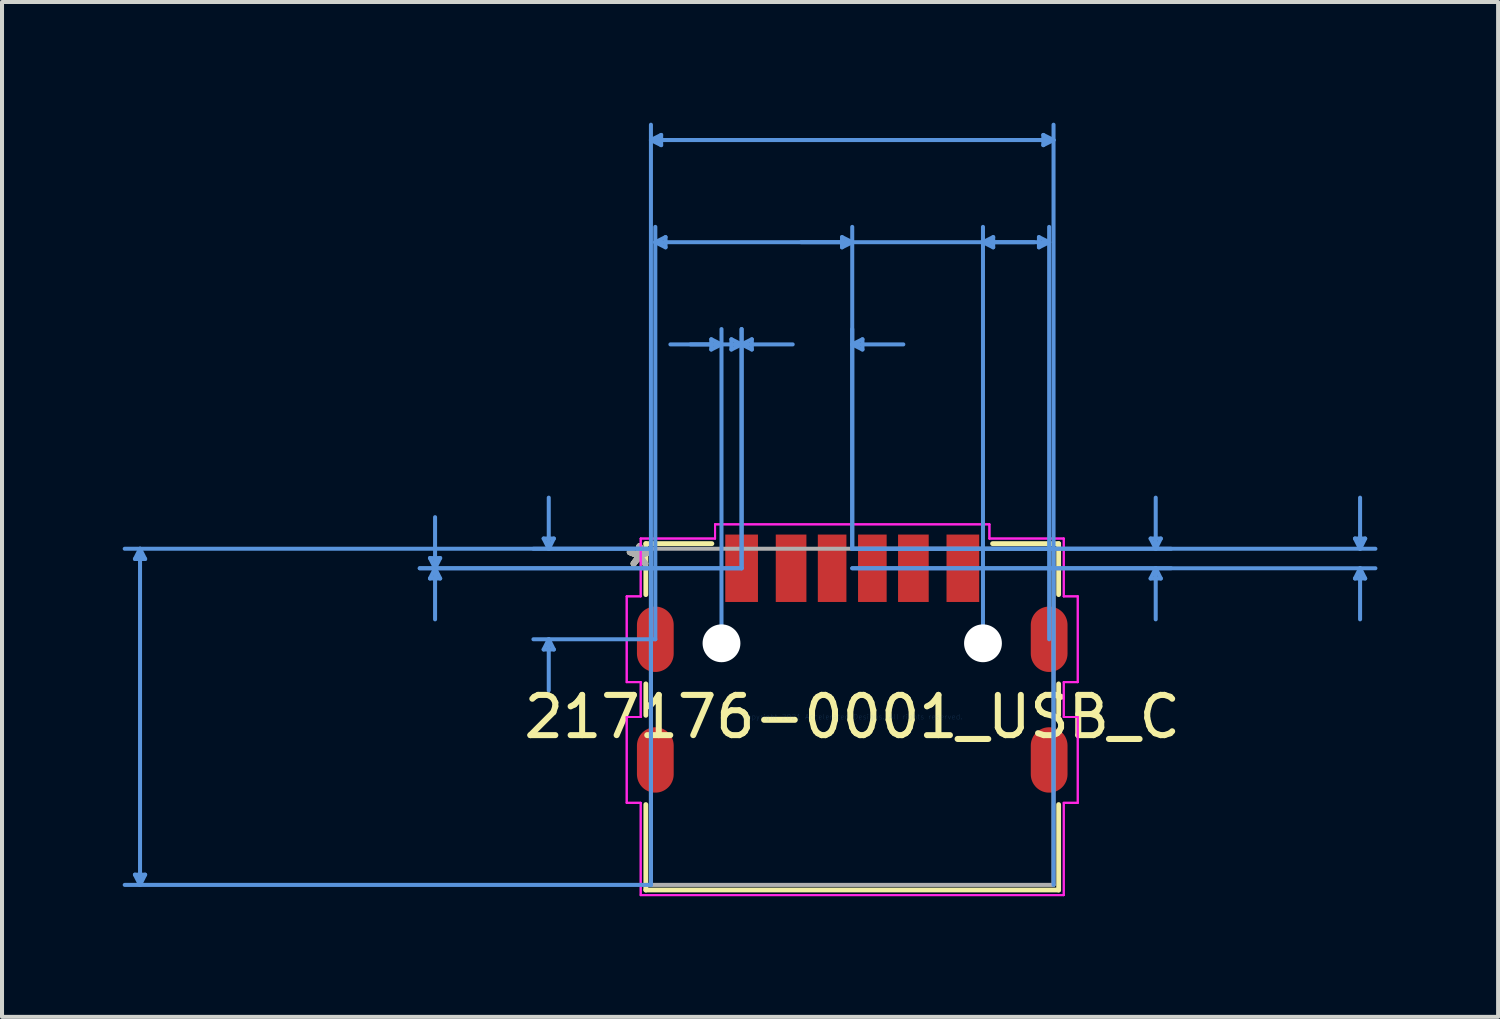
<source format=kicad_pcb>
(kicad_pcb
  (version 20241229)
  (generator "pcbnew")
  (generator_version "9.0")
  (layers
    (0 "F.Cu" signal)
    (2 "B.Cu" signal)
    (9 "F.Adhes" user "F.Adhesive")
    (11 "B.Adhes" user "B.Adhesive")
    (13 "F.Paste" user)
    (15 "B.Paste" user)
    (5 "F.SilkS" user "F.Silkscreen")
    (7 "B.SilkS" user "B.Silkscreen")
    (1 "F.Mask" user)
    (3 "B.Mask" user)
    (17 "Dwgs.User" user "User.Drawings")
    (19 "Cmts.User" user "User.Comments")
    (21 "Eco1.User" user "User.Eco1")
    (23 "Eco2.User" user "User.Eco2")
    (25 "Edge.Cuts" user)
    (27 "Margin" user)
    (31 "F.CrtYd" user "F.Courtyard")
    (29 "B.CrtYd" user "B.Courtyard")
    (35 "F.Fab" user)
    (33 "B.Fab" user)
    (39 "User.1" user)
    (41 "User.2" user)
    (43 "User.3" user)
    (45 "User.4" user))
  (footprint "217176-0001_USB_C"
    (layer "F.Cu")
    (at 18.135 14.769)
    (property "Reference" "217176-0001_USB_C" (at 0 0 0) (layer "F.SilkS") (effects (font (size 1 1) (thickness 0.15))))
    (attr through_hole)
    (fp_line (start -5.131 -4.305) (end -5.131 -3.038) (stroke (width 0.12) (type solid)) (layer "F.SilkS"))
    (fp_line (start -5.131 -0.819) (end -5.131 -0.038) (stroke (width 0.12) (type solid)) (layer "F.SilkS"))
    (fp_line (start -5.131 2.181) (end -5.131 4.305) (stroke (width 0.12) (type solid)) (layer "F.SilkS"))
    (fp_line (start -5.131 4.305) (end 5.131 4.305) (stroke (width 0.12) (type solid)) (layer "F.SilkS"))
    (fp_line (start -3.489 -4.305) (end -5.131 -4.305) (stroke (width 0.12) (type solid)) (layer "F.SilkS"))
    (fp_line (start 5.131 -4.305) (end 3.489 -4.305) (stroke (width 0.12) (type solid)) (layer "F.SilkS"))
    (fp_line (start 5.131 -3.038) (end 5.131 -4.305) (stroke (width 0.12) (type solid)) (layer "F.SilkS"))
    (fp_line (start 5.131 -0.038) (end 5.131 -0.819) (stroke (width 0.12) (type solid)) (layer "F.SilkS"))
    (fp_line (start 5.131 4.305) (end 5.131 2.181) (stroke (width 0.12) (type solid)) (layer "F.SilkS"))
    (fp_line (start -17.831 -3.924) (end -17.577 -3.924) (stroke (width 0.1) (type solid)) (layer "Cmts.User"))
    (fp_line (start -17.831 3.924) (end -17.577 3.924) (stroke (width 0.1) (type solid)) (layer "Cmts.User"))
    (fp_line (start -17.704 -4.178) (end -17.831 -3.924) (stroke (width 0.1) (type solid)) (layer "Cmts.User"))
    (fp_line (start -17.704 -4.178) (end -17.704 4.178) (stroke (width 0.1) (type solid)) (layer "Cmts.User"))
    (fp_line (start -17.704 -4.178) (end -17.577 -3.924) (stroke (width 0.1) (type solid)) (layer "Cmts.User"))
    (fp_line (start -17.704 4.178) (end -17.831 3.924) (stroke (width 0.1) (type solid)) (layer "Cmts.User"))
    (fp_line (start -17.704 4.178) (end -17.577 3.924) (stroke (width 0.1) (type solid)) (layer "Cmts.User"))
    (fp_line (start -10.497 -3.947) (end -10.243 -3.947) (stroke (width 0.1) (type solid)) (layer "Cmts.User"))
    (fp_line (start -10.497 -3.439) (end -10.243 -3.439) (stroke (width 0.1) (type solid)) (layer "Cmts.User"))
    (fp_line (start -10.37 -3.693) (end -10.497 -3.947) (stroke (width 0.1) (type solid)) (layer "Cmts.User"))
    (fp_line (start -10.37 -3.693) (end -10.497 -3.439) (stroke (width 0.1) (type solid)) (layer "Cmts.User"))
    (fp_line (start -10.37 -3.693) (end -10.37 -4.963) (stroke (width 0.1) (type solid)) (layer "Cmts.User"))
    (fp_line (start -10.37 -3.693) (end -10.37 -2.423) (stroke (width 0.1) (type solid)) (layer "Cmts.User"))
    (fp_line (start -10.37 -3.693) (end -10.243 -3.947) (stroke (width 0.1) (type solid)) (layer "Cmts.User"))
    (fp_line (start -10.37 -3.693) (end -10.243 -3.439) (stroke (width 0.1) (type solid)) (layer "Cmts.User"))
    (fp_line (start -7.671 -4.432) (end -7.417 -4.432) (stroke (width 0.1) (type solid)) (layer "Cmts.User"))
    (fp_line (start -7.671 -1.674) (end -7.417 -1.674) (stroke (width 0.1) (type solid)) (layer "Cmts.User"))
    (fp_line (start -7.544 -4.178) (end -7.671 -4.432) (stroke (width 0.1) (type solid)) (layer "Cmts.User"))
    (fp_line (start -7.544 -4.178) (end -7.544 -5.448) (stroke (width 0.1) (type solid)) (layer "Cmts.User"))
    (fp_line (start -7.544 -4.178) (end -7.417 -4.432) (stroke (width 0.1) (type solid)) (layer "Cmts.User"))
    (fp_line (start -7.544 -1.928) (end -7.671 -1.674) (stroke (width 0.1) (type solid)) (layer "Cmts.User"))
    (fp_line (start -7.544 -1.928) (end -7.544 -0.658) (stroke (width 0.1) (type solid)) (layer "Cmts.User"))
    (fp_line (start -7.544 -1.928) (end -7.417 -1.674) (stroke (width 0.1) (type solid)) (layer "Cmts.User"))
    (fp_line (start -5.004 -14.338) (end -4.75 -14.465) (stroke (width 0.1) (type solid)) (layer "Cmts.User"))
    (fp_line (start -5.004 -14.338) (end -4.75 -14.211) (stroke (width 0.1) (type solid)) (layer "Cmts.User"))
    (fp_line (start -5.004 -14.338) (end 5.004 -14.338) (stroke (width 0.1) (type solid)) (layer "Cmts.User"))
    (fp_line (start -5.004 -4.178) (end -18.085 -4.178) (stroke (width 0.1) (type solid)) (layer "Cmts.User"))
    (fp_line (start -5.004 -4.178) (end -7.925 -4.178) (stroke (width 0.1) (type solid)) (layer "Cmts.User"))
    (fp_line (start -5.004 4.178) (end -18.085 4.178) (stroke (width 0.1) (type solid)) (layer "Cmts.User"))
    (fp_line (start -5.004 4.178) (end -5.004 -14.719) (stroke (width 0.1) (type solid)) (layer "Cmts.User"))
    (fp_line (start -4.895 -11.798) (end -4.641 -11.925) (stroke (width 0.1) (type solid)) (layer "Cmts.User"))
    (fp_line (start -4.895 -11.798) (end -4.641 -11.671) (stroke (width 0.1) (type solid)) (layer "Cmts.User"))
    (fp_line (start -4.895 -11.798) (end 4.895 -11.798) (stroke (width 0.1) (type solid)) (layer "Cmts.User"))
    (fp_line (start -4.895 -1.928) (end -7.925 -1.928) (stroke (width 0.1) (type solid)) (layer "Cmts.User"))
    (fp_line (start -4.895 -1.928) (end -4.895 -12.179) (stroke (width 0.1) (type solid)) (layer "Cmts.User"))
    (fp_line (start -4.75 -14.465) (end -4.75 -14.211) (stroke (width 0.1) (type solid)) (layer "Cmts.User"))
    (fp_line (start -4.641 -11.925) (end -4.641 -11.671) (stroke (width 0.1) (type solid)) (layer "Cmts.User"))
    (fp_line (start -3.504 -9.385) (end -3.504 -9.131) (stroke (width 0.1) (type solid)) (layer "Cmts.User"))
    (fp_line (start -3.25 -9.258) (end -4.52 -9.258) (stroke (width 0.1) (type solid)) (layer "Cmts.User"))
    (fp_line (start -3.25 -9.258) (end -3.504 -9.385) (stroke (width 0.1) (type solid)) (layer "Cmts.User"))
    (fp_line (start -3.25 -9.258) (end -3.504 -9.131) (stroke (width 0.1) (type solid)) (layer "Cmts.User"))
    (fp_line (start -3.25 -1.828) (end -3.25 -9.639) (stroke (width 0.1) (type solid)) (layer "Cmts.User"))
    (fp_line (start -3.004 -9.385) (end -3.004 -9.131) (stroke (width 0.1) (type solid)) (layer "Cmts.User"))
    (fp_line (start -2.75 -9.258) (end -4.02 -9.258) (stroke (width 0.1) (type solid)) (layer "Cmts.User"))
    (fp_line (start -2.75 -9.258) (end -3.004 -9.385) (stroke (width 0.1) (type solid)) (layer "Cmts.User"))
    (fp_line (start -2.75 -9.258) (end -3.004 -9.131) (stroke (width 0.1) (type solid)) (layer "Cmts.User"))
    (fp_line (start -2.75 -9.258) (end -2.496 -9.385) (stroke (width 0.1) (type solid)) (layer "Cmts.User"))
    (fp_line (start -2.75 -9.258) (end -2.496 -9.131) (stroke (width 0.1) (type solid)) (layer "Cmts.User"))
    (fp_line (start -2.75 -9.258) (end -1.48 -9.258) (stroke (width 0.1) (type solid)) (layer "Cmts.User"))
    (fp_line (start -2.75 -3.693) (end -10.751 -3.693) (stroke (width 0.1) (type solid)) (layer "Cmts.User"))
    (fp_line (start -2.75 -3.693) (end -10.751 -3.693) (stroke (width 0.1) (type solid)) (layer "Cmts.User"))
    (fp_line (start -2.75 -3.693) (end -2.75 -9.639) (stroke (width 0.1) (type solid)) (layer "Cmts.User"))
    (fp_line (start -2.75 -3.693) (end -2.75 -9.639) (stroke (width 0.1) (type solid)) (layer "Cmts.User"))
    (fp_line (start -2.496 -9.385) (end -2.496 -9.131) (stroke (width 0.1) (type solid)) (layer "Cmts.User"))
    (fp_line (start -0.254 -11.925) (end -0.254 -11.671) (stroke (width 0.1) (type solid)) (layer "Cmts.User"))
    (fp_line (start 0 -11.798) (end -1.27 -11.798) (stroke (width 0.1) (type solid)) (layer "Cmts.User"))
    (fp_line (start 0 -11.798) (end -0.254 -11.925) (stroke (width 0.1) (type solid)) (layer "Cmts.User"))
    (fp_line (start 0 -11.798) (end -0.254 -11.671) (stroke (width 0.1) (type solid)) (layer "Cmts.User"))
    (fp_line (start 0 -9.258) (end 0.254 -9.385) (stroke (width 0.1) (type solid)) (layer "Cmts.User"))
    (fp_line (start 0 -9.258) (end 0.254 -9.131) (stroke (width 0.1) (type solid)) (layer "Cmts.User"))
    (fp_line (start 0 -9.258) (end 1.27 -9.258) (stroke (width 0.1) (type solid)) (layer "Cmts.User"))
    (fp_line (start 0 -4.178) (end 0 -12.179) (stroke (width 0.1) (type solid)) (layer "Cmts.User"))
    (fp_line (start 0 -4.178) (end 0 -9.639) (stroke (width 0.1) (type solid)) (layer "Cmts.User"))
    (fp_line (start 0 -4.178) (end 7.925 -4.178) (stroke (width 0.1) (type solid)) (layer "Cmts.User"))
    (fp_line (start 0 -4.178) (end 13.005 -4.178) (stroke (width 0.1) (type solid)) (layer "Cmts.User"))
    (fp_line (start 0 -3.693) (end 7.925 -3.693) (stroke (width 0.1) (type solid)) (layer "Cmts.User"))
    (fp_line (start 0 -3.693) (end 13.005 -3.693) (stroke (width 0.1) (type solid)) (layer "Cmts.User"))
    (fp_line (start 0.254 -9.385) (end 0.254 -9.131) (stroke (width 0.1) (type solid)) (layer "Cmts.User"))
    (fp_line (start 3.25 -11.798) (end 3.504 -11.925) (stroke (width 0.1) (type solid)) (layer "Cmts.User"))
    (fp_line (start 3.25 -11.798) (end 3.504 -11.671) (stroke (width 0.1) (type solid)) (layer "Cmts.User"))
    (fp_line (start 3.25 -11.798) (end 4.52 -11.798) (stroke (width 0.1) (type solid)) (layer "Cmts.User"))
    (fp_line (start 3.25 -1.828) (end 3.25 -12.179) (stroke (width 0.1) (type solid)) (layer "Cmts.User"))
    (fp_line (start 3.504 -11.925) (end 3.504 -11.671) (stroke (width 0.1) (type solid)) (layer "Cmts.User"))
    (fp_line (start 4.641 -11.925) (end 4.641 -11.671) (stroke (width 0.1) (type solid)) (layer "Cmts.User"))
    (fp_line (start 4.75 -14.465) (end 4.75 -14.211) (stroke (width 0.1) (type solid)) (layer "Cmts.User"))
    (fp_line (start 4.895 -11.798) (end 4.641 -11.925) (stroke (width 0.1) (type solid)) (layer "Cmts.User"))
    (fp_line (start 4.895 -11.798) (end 4.641 -11.671) (stroke (width 0.1) (type solid)) (layer "Cmts.User"))
    (fp_line (start 4.895 -1.928) (end 4.895 -12.179) (stroke (width 0.1) (type solid)) (layer "Cmts.User"))
    (fp_line (start 5.004 -14.338) (end 4.75 -14.465) (stroke (width 0.1) (type solid)) (layer "Cmts.User"))
    (fp_line (start 5.004 -14.338) (end 4.75 -14.211) (stroke (width 0.1) (type solid)) (layer "Cmts.User"))
    (fp_line (start 5.004 4.178) (end 5.004 -14.719) (stroke (width 0.1) (type solid)) (layer "Cmts.User"))
    (fp_line (start 7.417 -4.432) (end 7.671 -4.432) (stroke (width 0.1) (type solid)) (layer "Cmts.User"))
    (fp_line (start 7.417 -3.439) (end 7.671 -3.439) (stroke (width 0.1) (type solid)) (layer "Cmts.User"))
    (fp_line (start 7.544 -4.178) (end 7.417 -4.432) (stroke (width 0.1) (type solid)) (layer "Cmts.User"))
    (fp_line (start 7.544 -4.178) (end 7.544 -5.448) (stroke (width 0.1) (type solid)) (layer "Cmts.User"))
    (fp_line (start 7.544 -4.178) (end 7.671 -4.432) (stroke (width 0.1) (type solid)) (layer "Cmts.User"))
    (fp_line (start 7.544 -3.693) (end 7.417 -3.439) (stroke (width 0.1) (type solid)) (layer "Cmts.User"))
    (fp_line (start 7.544 -3.693) (end 7.544 -2.423) (stroke (width 0.1) (type solid)) (layer "Cmts.User"))
    (fp_line (start 7.544 -3.693) (end 7.671 -3.439) (stroke (width 0.1) (type solid)) (layer "Cmts.User"))
    (fp_line (start 12.497 -4.432) (end 12.751 -4.432) (stroke (width 0.1) (type solid)) (layer "Cmts.User"))
    (fp_line (start 12.497 -3.439) (end 12.751 -3.439) (stroke (width 0.1) (type solid)) (layer "Cmts.User"))
    (fp_line (start 12.624 -4.178) (end 12.497 -4.432) (stroke (width 0.1) (type solid)) (layer "Cmts.User"))
    (fp_line (start 12.624 -4.178) (end 12.624 -5.448) (stroke (width 0.1) (type solid)) (layer "Cmts.User"))
    (fp_line (start 12.624 -4.178) (end 12.751 -4.432) (stroke (width 0.1) (type solid)) (layer "Cmts.User"))
    (fp_line (start 12.624 -3.693) (end 12.497 -3.439) (stroke (width 0.1) (type solid)) (layer "Cmts.User"))
    (fp_line (start 12.624 -3.693) (end 12.624 -2.423) (stroke (width 0.1) (type solid)) (layer "Cmts.User"))
    (fp_line (start 12.624 -3.693) (end 12.751 -3.439) (stroke (width 0.1) (type solid)) (layer "Cmts.User"))
    (fp_line (start -5.606 -2.995) (end -5.606 -0.862) (stroke (width 0.05) (type solid)) (layer "F.CrtYd"))
    (fp_line (start -5.606 -2.995) (end -5.606 -0.862) (stroke (width 0.05) (type solid)) (layer "F.CrtYd"))
    (fp_line (start -5.606 -0.862) (end -5.258 -0.862) (stroke (width 0.05) (type solid)) (layer "F.CrtYd"))
    (fp_line (start -5.606 -0.862) (end -5.258 -0.862) (stroke (width 0.05) (type solid)) (layer "F.CrtYd"))
    (fp_line (start -5.606 0.005) (end -5.606 2.138) (stroke (width 0.05) (type solid)) (layer "F.CrtYd"))
    (fp_line (start -5.606 0.005) (end -5.606 2.138) (stroke (width 0.05) (type solid)) (layer "F.CrtYd"))
    (fp_line (start -5.606 2.138) (end -5.258 2.138) (stroke (width 0.05) (type solid)) (layer "F.CrtYd"))
    (fp_line (start -5.606 2.138) (end -5.258 2.138) (stroke (width 0.05) (type solid)) (layer "F.CrtYd"))
    (fp_line (start -5.258 -4.432) (end -5.258 -2.995) (stroke (width 0.05) (type solid)) (layer "F.CrtYd"))
    (fp_line (start -5.258 -4.432) (end -5.258 -2.995) (stroke (width 0.05) (type solid)) (layer "F.CrtYd"))
    (fp_line (start -5.258 -2.995) (end -5.606 -2.995) (stroke (width 0.05) (type solid)) (layer "F.CrtYd"))
    (fp_line (start -5.258 -2.995) (end -5.606 -2.995) (stroke (width 0.05) (type solid)) (layer "F.CrtYd"))
    (fp_line (start -5.258 -0.862) (end -5.258 0.005) (stroke (width 0.05) (type solid)) (layer "F.CrtYd"))
    (fp_line (start -5.258 -0.862) (end -5.258 0.005) (stroke (width 0.05) (type solid)) (layer "F.CrtYd"))
    (fp_line (start -5.258 0.005) (end -5.606 0.005) (stroke (width 0.05) (type solid)) (layer "F.CrtYd"))
    (fp_line (start -5.258 0.005) (end -5.606 0.005) (stroke (width 0.05) (type solid)) (layer "F.CrtYd"))
    (fp_line (start -5.258 2.138) (end -5.258 4.432) (stroke (width 0.05) (type solid)) (layer "F.CrtYd"))
    (fp_line (start -5.258 2.138) (end -5.258 4.432) (stroke (width 0.05) (type solid)) (layer "F.CrtYd"))
    (fp_line (start -5.258 4.432) (end 5.258 4.432) (stroke (width 0.05) (type solid)) (layer "F.CrtYd"))
    (fp_line (start -5.258 4.432) (end 5.258 4.432) (stroke (width 0.05) (type solid)) (layer "F.CrtYd"))
    (fp_line (start -3.41 -4.785) (end -3.41 -4.432) (stroke (width 0.05) (type solid)) (layer "F.CrtYd"))
    (fp_line (start -3.41 -4.785) (end -3.41 -4.432) (stroke (width 0.05) (type solid)) (layer "F.CrtYd"))
    (fp_line (start -3.41 -4.432) (end -5.258 -4.432) (stroke (width 0.05) (type solid)) (layer "F.CrtYd"))
    (fp_line (start -3.41 -4.432) (end -5.258 -4.432) (stroke (width 0.05) (type solid)) (layer "F.CrtYd"))
    (fp_line (start 3.41 -4.785) (end -3.41 -4.785) (stroke (width 0.05) (type solid)) (layer "F.CrtYd"))
    (fp_line (start 3.41 -4.785) (end -3.41 -4.785) (stroke (width 0.05) (type solid)) (layer "F.CrtYd"))
    (fp_line (start 3.41 -4.432) (end 3.41 -4.785) (stroke (width 0.05) (type solid)) (layer "F.CrtYd"))
    (fp_line (start 3.41 -4.432) (end 3.41 -4.785) (stroke (width 0.05) (type solid)) (layer "F.CrtYd"))
    (fp_line (start 5.258 -4.432) (end 3.41 -4.432) (stroke (width 0.05) (type solid)) (layer "F.CrtYd"))
    (fp_line (start 5.258 -4.432) (end 3.41 -4.432) (stroke (width 0.05) (type solid)) (layer "F.CrtYd"))
    (fp_line (start 5.258 -2.995) (end 5.258 -4.432) (stroke (width 0.05) (type solid)) (layer "F.CrtYd"))
    (fp_line (start 5.258 -2.995) (end 5.258 -4.432) (stroke (width 0.05) (type solid)) (layer "F.CrtYd"))
    (fp_line (start 5.258 -0.862) (end 5.606 -0.862) (stroke (width 0.05) (type solid)) (layer "F.CrtYd"))
    (fp_line (start 5.258 -0.862) (end 5.606 -0.862) (stroke (width 0.05) (type solid)) (layer "F.CrtYd"))
    (fp_line (start 5.258 0.005) (end 5.258 -0.862) (stroke (width 0.05) (type solid)) (layer "F.CrtYd"))
    (fp_line (start 5.258 0.005) (end 5.258 -0.862) (stroke (width 0.05) (type solid)) (layer "F.CrtYd"))
    (fp_line (start 5.258 2.138) (end 5.606 2.138) (stroke (width 0.05) (type solid)) (layer "F.CrtYd"))
    (fp_line (start 5.258 2.138) (end 5.606 2.138) (stroke (width 0.05) (type solid)) (layer "F.CrtYd"))
    (fp_line (start 5.258 4.432) (end 5.258 2.138) (stroke (width 0.05) (type solid)) (layer "F.CrtYd"))
    (fp_line (start 5.258 4.432) (end 5.258 2.138) (stroke (width 0.05) (type solid)) (layer "F.CrtYd"))
    (fp_line (start 5.606 -2.995) (end 5.258 -2.995) (stroke (width 0.05) (type solid)) (layer "F.CrtYd"))
    (fp_line (start 5.606 -2.995) (end 5.258 -2.995) (stroke (width 0.05) (type solid)) (layer "F.CrtYd"))
    (fp_line (start 5.606 -0.862) (end 5.606 -2.995) (stroke (width 0.05) (type solid)) (layer "F.CrtYd"))
    (fp_line (start 5.606 -0.862) (end 5.606 -2.995) (stroke (width 0.05) (type solid)) (layer "F.CrtYd"))
    (fp_line (start 5.606 0.005) (end 5.258 0.005) (stroke (width 0.05) (type solid)) (layer "F.CrtYd"))
    (fp_line (start 5.606 0.005) (end 5.258 0.005) (stroke (width 0.05) (type solid)) (layer "F.CrtYd"))
    (fp_line (start 5.606 2.138) (end 5.606 0.005) (stroke (width 0.05) (type solid)) (layer "F.CrtYd"))
    (fp_line (start 5.606 2.138) (end 5.606 0.005) (stroke (width 0.05) (type solid)) (layer "F.CrtYd"))
    (fp_line (start -5.004 -4.178) (end -5.004 4.178) (stroke (width 0.1) (type solid)) (layer "F.Fab"))
    (fp_line (start -5.004 4.178) (end 5.004 4.178) (stroke (width 0.1) (type solid)) (layer "F.Fab"))
    (fp_line (start 0 -4.178) (end 0 -4.178) (stroke (width 0.1) (type solid)) (layer "F.Fab"))
    (fp_line (start 0 -4.178) (end 0 -4.178) (stroke (width 0.1) (type solid)) (layer "F.Fab"))
    (fp_line (start 0 -4.178) (end 0 -4.178) (stroke (width 0.1) (type solid)) (layer "F.Fab"))
    (fp_line (start 0 -4.178) (end 0 -4.178) (stroke (width 0.1) (type solid)) (layer "F.Fab"))
    (fp_line (start 5.004 -4.178) (end -5.004 -4.178) (stroke (width 0.1) (type solid)) (layer "F.Fab"))
    (fp_line (start 5.004 4.178) (end 5.004 -4.178) (stroke (width 0.1) (type solid)) (layer "F.Fab"))
    (fp_text user "*" (at -5.29 -3.693 0) (layer "F.SilkS") (effects (font (size 1 1) (thickness 0.15))))
    (fp_text user "*" (at -5.29 -3.693 0) (layer "F.SilkS") (effects (font (size 1 1) (thickness 0.15))))
    (fp_text user "Copyright 2021 Accelerated Designs. All rights reserved." (at 0 0 0) (layer "Cmts.User") (effects (font (size 0.127 0.127) (thickness 0.002))))
    (fp_text user "*" (at -5.29 -3.693 0) (layer "F.Fab") (effects (font (size 1 1) (thickness 0.15))))
    (fp_text user "*" (at -5.29 -3.693 0) (layer "F.Fab") (effects (font (size 1 1) (thickness 0.15))))
    (pad "" np_thru_hole circle (at -3.25 -1.828) (size 0.94 0.94) (drill 0.94) (layers "*.Cu" "*.Mask"))
    (pad "" np_thru_hole circle (at 3.25 -1.828) (size 0.94 0.94) (drill 0.94) (layers "*.Cu" "*.Mask"))
    (pad "7" smd oval (at -4.895 -1.928) (size 0.914 1.626) (layers "F.Cu" "F.Mask" "F.Paste"))
    (pad "8" smd oval (at 4.895 -1.928) (size 0.914 1.626) (layers "F.Cu" "F.Mask" "F.Paste"))
    (pad "9" smd oval (at -4.895 1.072) (size 0.914 1.626) (layers "F.Cu" "F.Mask" "F.Paste"))
    (pad "10" smd oval (at 4.895 1.072) (size 0.914 1.626) (layers "F.Cu" "F.Mask" "F.Paste"))
    (pad "C1" smd rect (at -2.75 -3.693) (size 0.813 1.676) (layers "F.Cu" "F.Mask" "F.Paste"))
    (pad "C2" smd rect (at -1.52 -3.693) (size 0.762 1.676) (layers "F.Cu" "F.Mask" "F.Paste"))
    (pad "C3" smd rect (at -0.5 -3.693) (size 0.711 1.676) (layers "F.Cu" "F.Mask" "F.Paste"))
    (pad "C4" smd rect (at 0.5 -3.693) (size 0.711 1.676) (layers "F.Cu" "F.Mask" "F.Paste"))
    (pad "C5" smd rect (at 1.52 -3.693) (size 0.762 1.676) (layers "F.Cu" "F.Mask" "F.Paste"))
    (pad "C6" smd rect (at 2.75 -3.693) (size 0.813 1.676) (layers "F.Cu" "F.Mask" "F.Paste")))
  (gr_rect
    (start -3 -3)
    (end 34.19 22.227)
    (stroke (width 0.1) (type default))
    (fill no)
    (layer "Edge.Cuts")))
</source>
